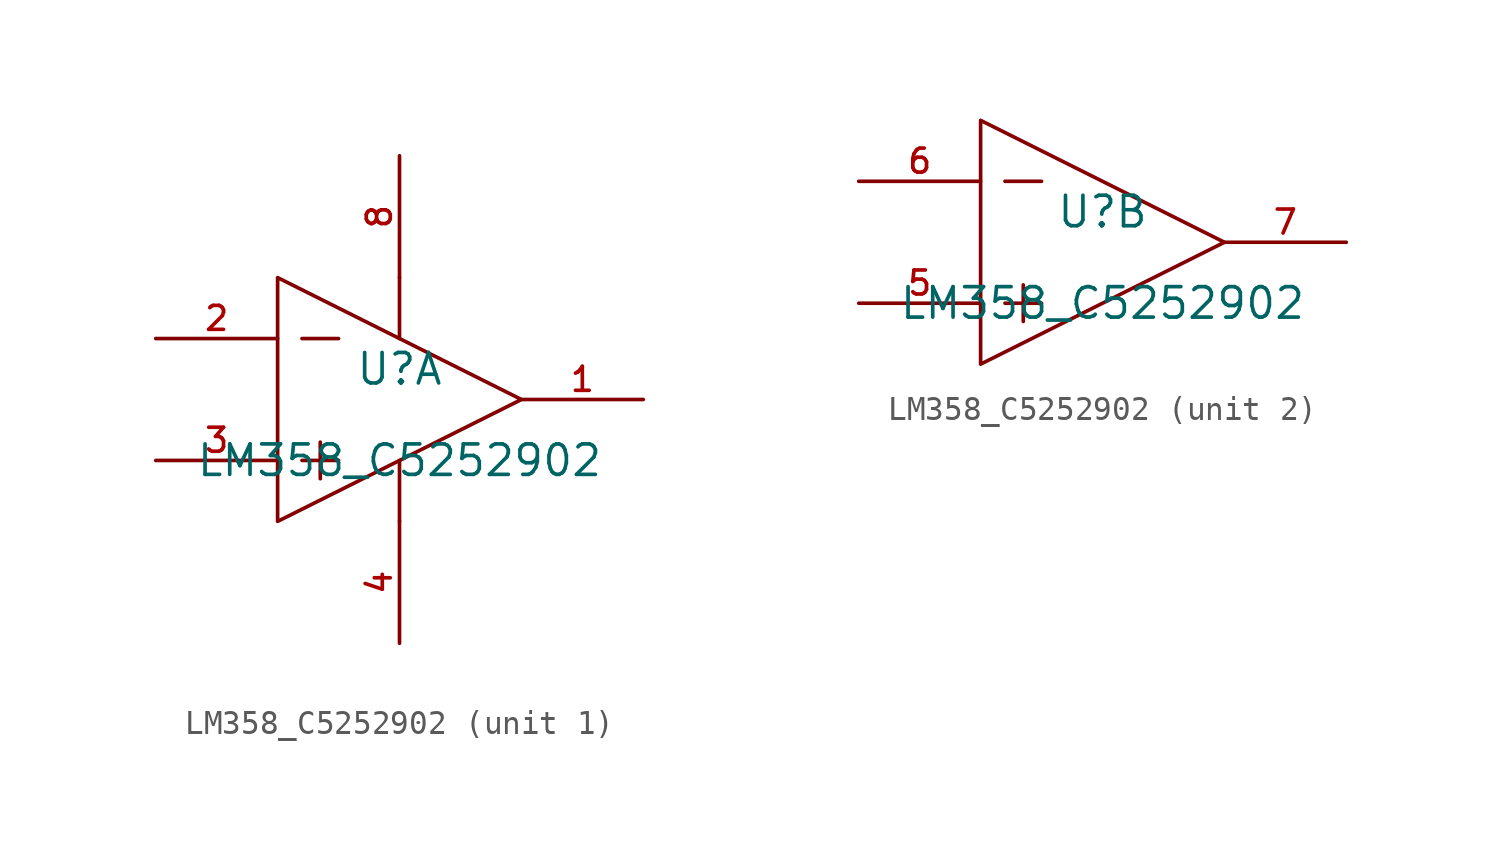
<source format=kicad_sym>
(kicad_symbol_lib
  (version 20210201)
  (generator TousstNicolas/JLC2KiCad_lib)
  (symbol "LM358_C5252902"
    (pin_names hide)
    (property "Reference" "U"
      (at 0 1.27 0)
      (effects (font (size 1.27 1.27))))
    (property "Value" "LM358_C5252902"
      (at 0 -2.54 0)
      (effects (font (size 1.27 1.27))))
    (symbol "LM358_C5252902_1_1"
      (pin unspecified line (at 0.0 10.16 270) (length 5.08) (name "VCC" (effects (font (size 1 1)))) (number "8" (effects (font (size 1 1)))))
      (pin power_in line (at 0.0 -10.16 90) (length 5.08) (name "VEE" (effects (font (size 1 1)))) (number "4" (effects (font (size 1 1)))))
      (pin unspecified line (at -10.16 -2.54 0) (length 5.08) (name "IN1+" (effects (font (size 1 1)))) (number "3" (effects (font (size 1 1)))))
      (pin unspecified line (at -10.16 2.54 0) (length 5.08) (name "IN1-" (effects (font (size 1 1)))) (number "2" (effects (font (size 1 1)))))
      (pin unspecified line (at 10.16 -0.0 180) (length 5.08) (name "OUT1" (effects (font (size 1 1)))) (number "1" (effects (font (size 1 1)))))
      (polyline (pts (xy 0.0 -2.54) (xy 0.0 -5.08)) (stroke (width 0) (type default) (color 0 0 0 0)) (fill (type none)))
      (polyline (pts (xy 0.0 5.08) (xy 0.0 2.54)) (stroke (width 0) (type default) (color 0 0 0 0)) (fill (type none)))
      (polyline (pts (xy -3.302 -1.778) (xy -3.302 -3.302)) (stroke (width 0) (type default) (color 0 0 0 0)) (fill (type none)))
      (polyline (pts (xy -4.064 -2.54) (xy -2.54 -2.54)) (stroke (width 0) (type default) (color 0 0 0 0)) (fill (type none)))
      (polyline (pts (xy -4.064 2.54) (xy -2.54 2.54)) (stroke (width 0) (type default) (color 0 0 0 0)) (fill (type none)))
      (polyline (pts (xy -5.08 -5.08) (xy 5.08 -0.0) (xy -5.08 5.08) (xy -5.08 -5.08)) (stroke (width 0) (type default) (color 0 0 0 0)) (fill (type none))))
    (symbol "LM358_C5252902_2_1"
      (polyline (pts (xy -5.08 -5.08) (xy 5.08 -0.0) (xy -5.08 5.08) (xy -5.08 -5.08)) (stroke (width 0) (type default) (color 0 0 0 0)) (fill (type none)))
      (polyline (pts (xy -4.064 2.54) (xy -2.54 2.54)) (stroke (width 0) (type default) (color 0 0 0 0)) (fill (type none)))
      (polyline (pts (xy -4.064 -2.54) (xy -2.54 -2.54)) (stroke (width 0) (type default) (color 0 0 0 0)) (fill (type none)))
      (polyline (pts (xy -3.302 -1.778) (xy -3.302 -3.302)) (stroke (width 0) (type default) (color 0 0 0 0)) (fill (type none)))
      (pin unspecified line (at 10.16 -0.0 180) (length 5.08) (name "OUT2" (effects (font (size 1 1)))) (number "7" (effects (font (size 1 1)))))
      (pin unspecified line (at -10.16 2.54 0) (length 5.08) (name "IN2-" (effects (font (size 1 1)))) (number "6" (effects (font (size 1 1)))))
      (pin unspecified line (at -10.16 -2.54 0) (length 5.08) (name "IN2+" (effects (font (size 1 1)))) (number "5" (effects (font (size 1 1))))))))
</source>
